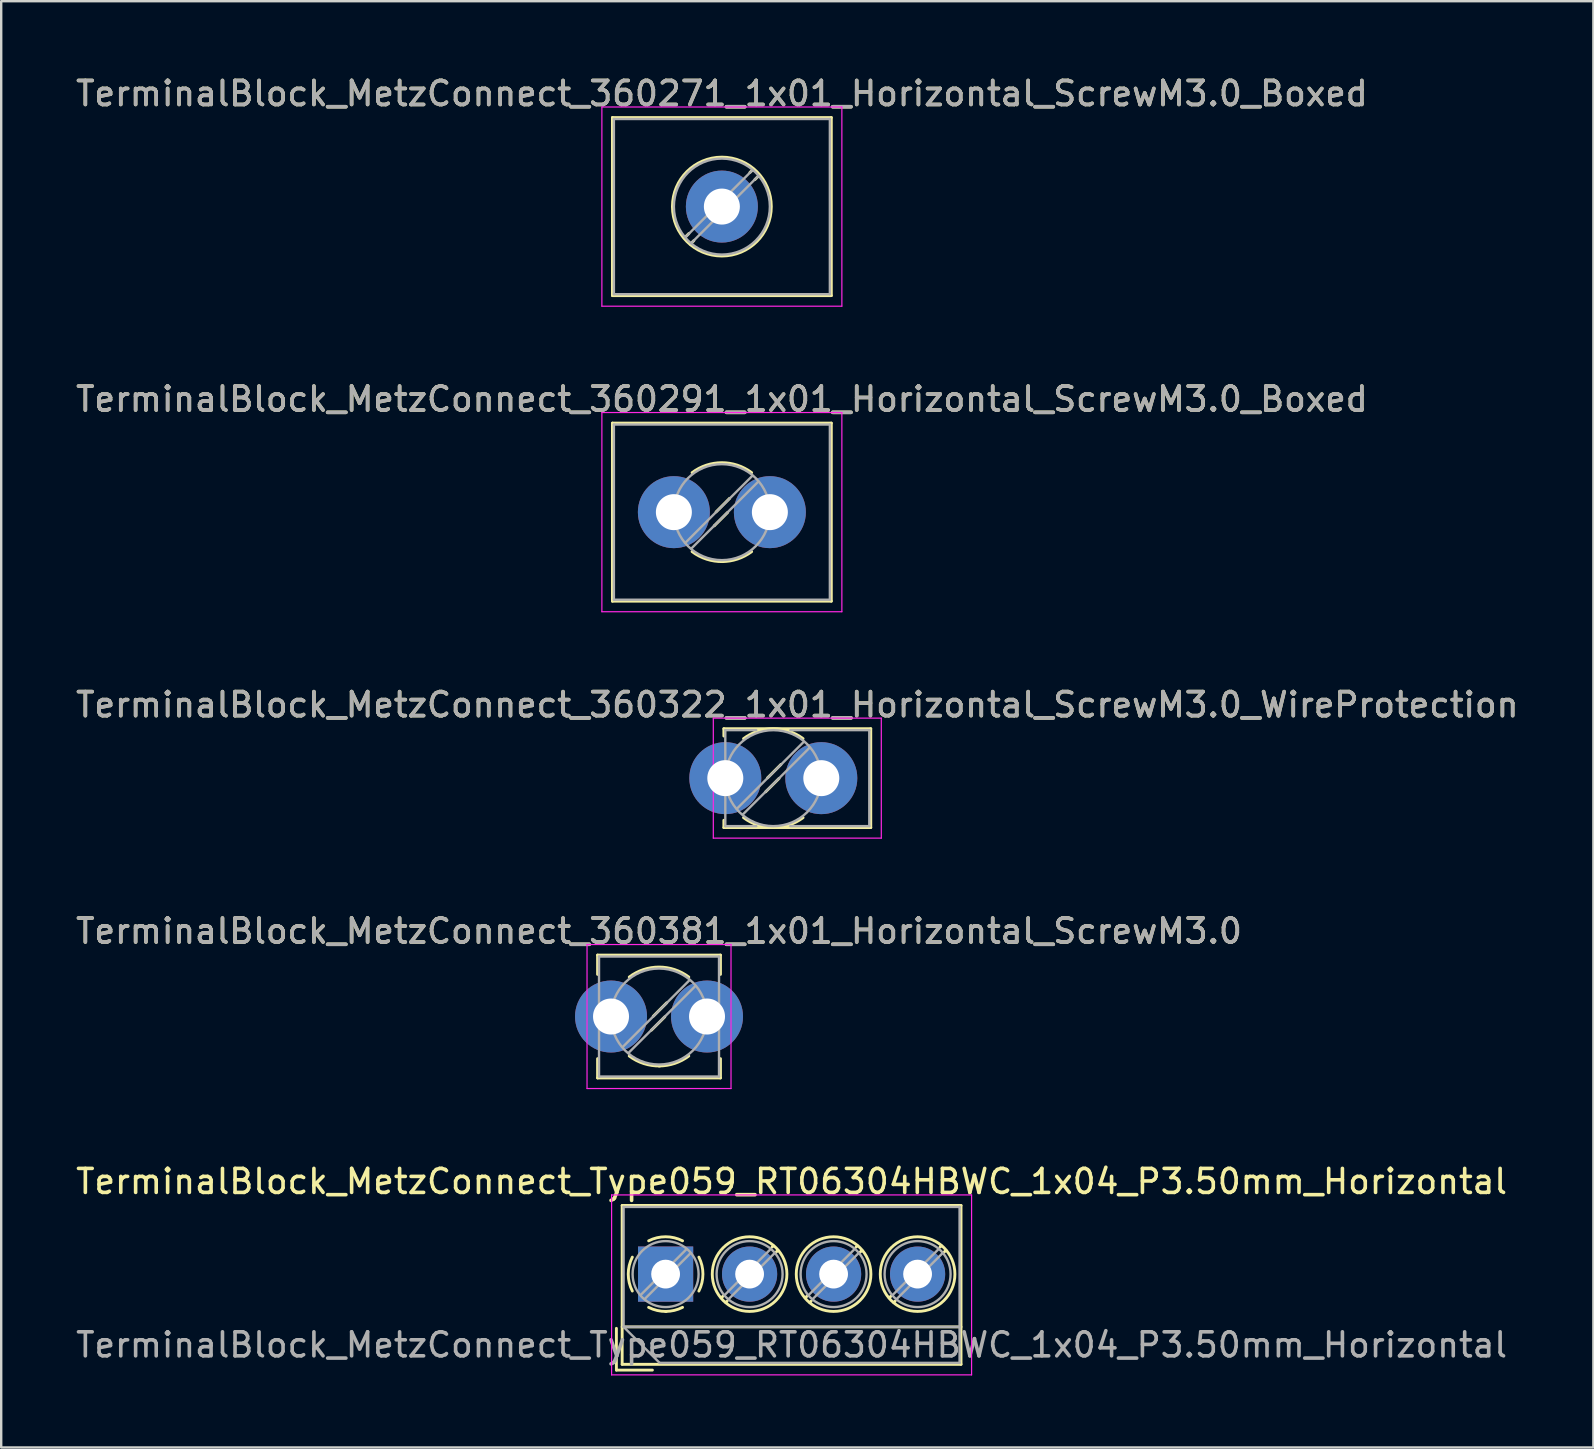
<source format=kicad_pcb>
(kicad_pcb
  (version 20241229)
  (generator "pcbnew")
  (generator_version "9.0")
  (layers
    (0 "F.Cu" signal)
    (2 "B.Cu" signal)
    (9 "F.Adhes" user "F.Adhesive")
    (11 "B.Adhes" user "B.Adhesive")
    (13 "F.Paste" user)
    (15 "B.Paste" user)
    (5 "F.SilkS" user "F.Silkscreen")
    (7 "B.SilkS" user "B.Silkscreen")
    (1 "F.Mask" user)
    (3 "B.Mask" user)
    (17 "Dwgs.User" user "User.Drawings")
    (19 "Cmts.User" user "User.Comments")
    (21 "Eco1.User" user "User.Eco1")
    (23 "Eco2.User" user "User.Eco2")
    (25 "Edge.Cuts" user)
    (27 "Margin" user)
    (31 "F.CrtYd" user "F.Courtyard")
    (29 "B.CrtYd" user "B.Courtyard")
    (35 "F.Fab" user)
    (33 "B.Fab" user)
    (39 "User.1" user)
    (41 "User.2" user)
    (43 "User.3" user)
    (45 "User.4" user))
  (footprint "TerminalBlock_MetzConnect_360291_1x01_Horizontal_ScrewM3.0_Boxed"
    (layer "F.Cu")
    (at 25.03 18.291)
    (property "Reference" "TerminalBlock_MetzConnect_360291_1x01_Horizontal_ScrewM3.0_Boxed" (at 2 -4.71 0) (layer "F.SilkS") (effects (font (size 1 1) (thickness 0.15))))
    (attr through_hole)
    (fp_line (start -2.56 -3.71) (end -2.56 3.71) (stroke (width 0.12) (type solid)) (layer "F.SilkS"))
    (fp_line (start -2.56 -3.71) (end 6.56 -3.71) (stroke (width 0.12) (type solid)) (layer "F.SilkS"))
    (fp_line (start -2.56 3.71) (end 6.56 3.71) (stroke (width 0.12) (type solid)) (layer "F.SilkS"))
    (fp_line (start 1.68 0.571) (end 1.68 0.571) (stroke (width 0.12) (type solid)) (layer "F.SilkS"))
    (fp_line (start 2.241 0.011) (end 1.708 0.543) (stroke (width 0.12) (type solid)) (layer "F.SilkS"))
    (fp_line (start 2.291 -0.543) (end 1.759 -0.011) (stroke (width 0.12) (type solid)) (layer "F.SilkS"))
    (fp_line (start 2.32 -0.572) (end 2.32 -0.572) (stroke (width 0.12) (type solid)) (layer "F.SilkS"))
    (fp_line (start 6.56 -3.71) (end 6.56 3.71) (stroke (width 0.12) (type solid)) (layer "F.SilkS"))
    (fp_arc (start 0.759554 -1.645664) (mid 1.999721 -2.060805) (end 3.24 -1.646) (stroke (width 0.12) (type solid)) (layer "F.SilkS"))
    (fp_arc (start 2.034842 2.060314) (mid 1.362171 1.959409) (end 0.759 1.645) (stroke (width 0.12) (type solid)) (layer "F.SilkS"))
    (fp_arc (start 3.239739 1.645189) (mid 2.653648 1.953547) (end 2 2.06) (stroke (width 0.12) (type solid)) (layer "F.SilkS"))
    (fp_line (start -3 -4.15) (end -3 4.15) (stroke (width 0.05) (type solid)) (layer "F.CrtYd"))
    (fp_line (start -3 4.15) (end 7 4.15) (stroke (width 0.05) (type solid)) (layer "F.CrtYd"))
    (fp_line (start 7 -4.15) (end -3 -4.15) (stroke (width 0.05) (type solid)) (layer "F.CrtYd"))
    (fp_line (start 7 4.15) (end 7 -4.15) (stroke (width 0.05) (type solid)) (layer "F.CrtYd"))
    (fp_line (start -2.5 -3.65) (end -2.5 3.65) (stroke (width 0.1) (type solid)) (layer "F.Fab"))
    (fp_line (start -2.5 -3.65) (end 6.5 -3.65) (stroke (width 0.1) (type solid)) (layer "F.Fab"))
    (fp_line (start -2.5 3.65) (end 6.5 3.65) (stroke (width 0.1) (type solid)) (layer "F.Fab"))
    (fp_line (start 3.273 -1.517) (end 0.483 1.273) (stroke (width 0.1) (type solid)) (layer "F.Fab"))
    (fp_line (start 3.517 -1.273) (end 0.727 1.517) (stroke (width 0.1) (type solid)) (layer "F.Fab"))
    (fp_line (start 6.5 -3.65) (end 6.5 3.65) (stroke (width 0.1) (type solid)) (layer "F.Fab"))
    (fp_circle (center 2 0) (end 4 0) (stroke (width 0.1) (type solid)) (fill no) (layer "F.Fab"))
    (fp_text user "${REFERENCE}" (at 2 -4.71 0) (layer "F.Fab") (effects (font (size 1 1) (thickness 0.15))))
    (pad "1" thru_hole circle (at 0 0) (size 3 3) (drill 1.5) (layers "*.Cu" "*.Mask"))
    (pad "1" thru_hole circle (at 4 0) (size 3 3) (drill 1.5) (layers "*.Cu" "*.Mask")))
  (footprint "TerminalBlock_MetzConnect_360381_1x01_Horizontal_ScrewM3.0"
    (layer "F.Cu")
    (at 22.411 39.308)
    (property "Reference" "TerminalBlock_MetzConnect_360381_1x01_Horizontal_ScrewM3.0" (at 2 -3.56 0) (layer "F.SilkS") (effects (font (size 1 1) (thickness 0.15))))
    (attr through_hole)
    (fp_line (start -0.56 -2.56) (end -0.56 -1.755) (stroke (width 0.12) (type solid)) (layer "F.SilkS"))
    (fp_line (start -0.56 -2.56) (end 4.56 -2.56) (stroke (width 0.12) (type solid)) (layer "F.SilkS"))
    (fp_line (start -0.56 1.755) (end -0.56 2.56) (stroke (width 0.12) (type solid)) (layer "F.SilkS"))
    (fp_line (start -0.56 2.56) (end 4.56 2.56) (stroke (width 0.12) (type solid)) (layer "F.SilkS"))
    (fp_line (start 1.68 0.571) (end 1.68 0.571) (stroke (width 0.12) (type solid)) (layer "F.SilkS"))
    (fp_line (start 2.241 0.011) (end 1.708 0.543) (stroke (width 0.12) (type solid)) (layer "F.SilkS"))
    (fp_line (start 2.291 -0.543) (end 1.759 -0.011) (stroke (width 0.12) (type solid)) (layer "F.SilkS"))
    (fp_line (start 2.32 -0.572) (end 2.32 -0.572) (stroke (width 0.12) (type solid)) (layer "F.SilkS"))
    (fp_line (start 4.56 -2.56) (end 4.56 -1.755) (stroke (width 0.12) (type solid)) (layer "F.SilkS"))
    (fp_line (start 4.56 1.755) (end 4.56 2.56) (stroke (width 0.12) (type solid)) (layer "F.SilkS"))
    (fp_arc (start 0.759554 -1.645664) (mid 1.999721 -2.060805) (end 3.24 -1.646) (stroke (width 0.12) (type solid)) (layer "F.SilkS"))
    (fp_arc (start 2.034842 2.060314) (mid 1.362171 1.959409) (end 0.759 1.645) (stroke (width 0.12) (type solid)) (layer "F.SilkS"))
    (fp_arc (start 3.239739 1.645189) (mid 2.653648 1.953547) (end 2 2.06) (stroke (width 0.12) (type solid)) (layer "F.SilkS"))
    (fp_line (start -1 -3) (end -1 3) (stroke (width 0.05) (type solid)) (layer "F.CrtYd"))
    (fp_line (start -1 3) (end 5 3) (stroke (width 0.05) (type solid)) (layer "F.CrtYd"))
    (fp_line (start 5 -3) (end -1 -3) (stroke (width 0.05) (type solid)) (layer "F.CrtYd"))
    (fp_line (start 5 3) (end 5 -3) (stroke (width 0.05) (type solid)) (layer "F.CrtYd"))
    (fp_line (start -0.5 -2.5) (end -0.5 2.5) (stroke (width 0.1) (type solid)) (layer "F.Fab"))
    (fp_line (start -0.5 -2.5) (end 4.5 -2.5) (stroke (width 0.1) (type solid)) (layer "F.Fab"))
    (fp_line (start -0.5 2.5) (end 4.5 2.5) (stroke (width 0.1) (type solid)) (layer "F.Fab"))
    (fp_line (start 3.273 -1.517) (end 0.483 1.273) (stroke (width 0.1) (type solid)) (layer "F.Fab"))
    (fp_line (start 3.517 -1.273) (end 0.727 1.517) (stroke (width 0.1) (type solid)) (layer "F.Fab"))
    (fp_line (start 4.5 -2.5) (end 4.5 2.5) (stroke (width 0.1) (type solid)) (layer "F.Fab"))
    (fp_circle (center 2 0) (end 4 0) (stroke (width 0.1) (type solid)) (fill no) (layer "F.Fab"))
    (fp_text user "${REFERENCE}" (at 2 -3.56 0) (layer "F.Fab") (effects (font (size 1 1) (thickness 0.15))))
    (pad "1" thru_hole circle (at 0 0) (size 3 3) (drill 1.5) (layers "*.Cu" "*.Mask"))
    (pad "1" thru_hole circle (at 4 0) (size 3 3) (drill 1.5) (layers "*.Cu" "*.Mask")))
  (footprint "TerminalBlock_MetzConnect_360271_1x01_Horizontal_ScrewM3.0_Boxed"
    (layer "F.Cu")
    (at 27.03 5.558)
    (property "Reference" "TerminalBlock_MetzConnect_360271_1x01_Horizontal_ScrewM3.0_Boxed" (at 0 -4.71 0) (layer "F.SilkS") (effects (font (size 1 1) (thickness 0.15))))
    (attr through_hole)
    (fp_line (start -4.56 -3.71) (end -4.56 3.71) (stroke (width 0.12) (type solid)) (layer "F.SilkS"))
    (fp_line (start -4.56 -3.71) (end 4.56 -3.71) (stroke (width 0.12) (type solid)) (layer "F.SilkS"))
    (fp_line (start -4.56 3.71) (end 4.56 3.71) (stroke (width 0.12) (type solid)) (layer "F.SilkS"))
    (fp_line (start -1.376 1.124) (end -1.563 1.311) (stroke (width 0.12) (type solid)) (layer "F.SilkS"))
    (fp_line (start -1.168 1.419) (end -1.312 1.563) (stroke (width 0.12) (type solid)) (layer "F.SilkS"))
    (fp_line (start 1.312 -1.563) (end 1.168 -1.419) (stroke (width 0.12) (type solid)) (layer "F.SilkS"))
    (fp_line (start 1.563 -1.311) (end 1.376 -1.125) (stroke (width 0.12) (type solid)) (layer "F.SilkS"))
    (fp_line (start 4.56 -3.71) (end 4.56 3.71) (stroke (width 0.12) (type solid)) (layer "F.SilkS"))
    (fp_circle (center 0 0) (end 2.06 0) (stroke (width 0.12) (type solid)) (fill no) (layer "F.SilkS"))
    (fp_line (start -5 -4.15) (end -5 4.15) (stroke (width 0.05) (type solid)) (layer "F.CrtYd"))
    (fp_line (start -5 4.15) (end 5 4.15) (stroke (width 0.05) (type solid)) (layer "F.CrtYd"))
    (fp_line (start 5 -4.15) (end -5 -4.15) (stroke (width 0.05) (type solid)) (layer "F.CrtYd"))
    (fp_line (start 5 4.15) (end 5 -4.15) (stroke (width 0.05) (type solid)) (layer "F.CrtYd"))
    (fp_line (start -4.5 -3.65) (end -4.5 3.65) (stroke (width 0.1) (type solid)) (layer "F.Fab"))
    (fp_line (start -4.5 -3.65) (end 4.5 -3.65) (stroke (width 0.1) (type solid)) (layer "F.Fab"))
    (fp_line (start -4.5 3.65) (end 4.5 3.65) (stroke (width 0.1) (type solid)) (layer "F.Fab"))
    (fp_line (start 1.273 -1.517) (end -1.517 1.273) (stroke (width 0.1) (type solid)) (layer "F.Fab"))
    (fp_line (start 1.517 -1.273) (end -1.273 1.517) (stroke (width 0.1) (type solid)) (layer "F.Fab"))
    (fp_line (start 4.5 -3.65) (end 4.5 3.65) (stroke (width 0.1) (type solid)) (layer "F.Fab"))
    (fp_circle (center 0 0) (end 2 0) (stroke (width 0.1) (type solid)) (fill no) (layer "F.Fab"))
    (fp_text user "${REFERENCE}" (at 0 -4.71 0) (layer "F.Fab") (effects (font (size 1 1) (thickness 0.15))))
    (pad "1" thru_hole circle (at 0 0) (size 3 3) (drill 1.5) (layers "*.Cu" "*.Mask")))
  (footprint "TerminalBlock_MetzConnect_360322_1x01_Horizontal_ScrewM3.0_WireProtection"
    (layer "F.Cu")
    (at 27.173 29.375)
    (property "Reference" "TerminalBlock_MetzConnect_360322_1x01_Horizontal_ScrewM3.0_WireProtection" (at 3 -3.06 0) (layer "F.SilkS") (effects (font (size 1 1) (thickness 0.15))))
    (attr through_hole)
    (fp_line (start -0.06 -2.06) (end -0.06 -1.755) (stroke (width 0.12) (type solid)) (layer "F.SilkS"))
    (fp_line (start -0.06 -2.06) (end 6.061 -2.06) (stroke (width 0.12) (type solid)) (layer "F.SilkS"))
    (fp_line (start -0.06 1.755) (end -0.06 2.06) (stroke (width 0.12) (type solid)) (layer "F.SilkS"))
    (fp_line (start -0.06 2.06) (end 6.061 2.06) (stroke (width 0.12) (type solid)) (layer "F.SilkS"))
    (fp_line (start 1.68 0.571) (end 1.68 0.571) (stroke (width 0.12) (type solid)) (layer "F.SilkS"))
    (fp_line (start 2.241 0.011) (end 1.708 0.543) (stroke (width 0.12) (type solid)) (layer "F.SilkS"))
    (fp_line (start 2.291 -0.543) (end 1.759 -0.011) (stroke (width 0.12) (type solid)) (layer "F.SilkS"))
    (fp_line (start 2.32 -0.572) (end 2.32 -0.572) (stroke (width 0.12) (type solid)) (layer "F.SilkS"))
    (fp_line (start 6.061 -2.06) (end 6.061 2.06) (stroke (width 0.12) (type solid)) (layer "F.SilkS"))
    (fp_arc (start 0.759554 -1.645664) (mid 1.999721 -2.060805) (end 3.24 -1.646) (stroke (width 0.12) (type solid)) (layer "F.SilkS"))
    (fp_arc (start 2.034842 2.060314) (mid 1.362171 1.959409) (end 0.759 1.645) (stroke (width 0.12) (type solid)) (layer "F.SilkS"))
    (fp_arc (start 3.239739 1.645189) (mid 2.653648 1.953547) (end 2 2.06) (stroke (width 0.12) (type solid)) (layer "F.SilkS"))
    (fp_line (start -0.5 -2.5) (end -0.5 2.5) (stroke (width 0.05) (type solid)) (layer "F.CrtYd"))
    (fp_line (start -0.5 2.5) (end 6.5 2.5) (stroke (width 0.05) (type solid)) (layer "F.CrtYd"))
    (fp_line (start 6.5 -2.5) (end -0.5 -2.5) (stroke (width 0.05) (type solid)) (layer "F.CrtYd"))
    (fp_line (start 6.5 2.5) (end 6.5 -2.5) (stroke (width 0.05) (type solid)) (layer "F.CrtYd"))
    (fp_line (start 0 -2) (end 0 -0.265) (stroke (width 0.1) (type solid)) (layer "F.Fab"))
    (fp_line (start 0 -2) (end 1.289 -2) (stroke (width 0.1) (type solid)) (layer "F.Fab"))
    (fp_line (start 0 0.265) (end 0 2) (stroke (width 0.1) (type solid)) (layer "F.Fab"))
    (fp_line (start 0 2) (end 1.289 2) (stroke (width 0.1) (type solid)) (layer "F.Fab"))
    (fp_line (start 2.711 -2) (end 6 -2) (stroke (width 0.1) (type solid)) (layer "F.Fab"))
    (fp_line (start 2.711 2) (end 6 2) (stroke (width 0.1) (type solid)) (layer "F.Fab"))
    (fp_line (start 3.273 -1.517) (end 0.483 1.273) (stroke (width 0.1) (type solid)) (layer "F.Fab"))
    (fp_line (start 3.517 -1.273) (end 0.727 1.517) (stroke (width 0.1) (type solid)) (layer "F.Fab"))
    (fp_line (start 6 -2) (end 6 2) (stroke (width 0.1) (type solid)) (layer "F.Fab"))
    (fp_circle (center 2 0) (end 4 0) (stroke (width 0.1) (type solid)) (fill no) (layer "F.Fab"))
    (fp_text user "${REFERENCE}" (at 3 -3.06 0) (layer "F.Fab") (effects (font (size 1 1) (thickness 0.15))))
    (pad "1" thru_hole circle (at 0 0) (size 3 3) (drill 1.5) (layers "*.Cu" "*.Mask"))
    (pad "1" thru_hole circle (at 4 0) (size 3 3) (drill 1.5) (layers "*.Cu" "*.Mask")))
  (footprint "TerminalBlock_MetzConnect_Type059_RT06304HBWC_1x04_P3.50mm_Horizontal"
    (layer "F.Cu")
    (at 24.685 50.041)
    (property "Reference" "TerminalBlock_MetzConnect_Type059_RT06304HBWC_1x04_P3.50mm_Horizontal" (at 5.25 -3.86 0) (layer "F.SilkS") (effects (font (size 1 1) (thickness 0.15))))
    (attr through_hole)
    (fp_line (start -2.05 2.26) (end -2.05 4) (stroke (width 0.12) (type solid)) (layer "F.SilkS"))
    (fp_line (start -2.05 4) (end -0.55 4) (stroke (width 0.12) (type solid)) (layer "F.SilkS"))
    (fp_line (start -1.81 -2.86) (end -1.81 3.76) (stroke (width 0.12) (type solid)) (layer "F.SilkS"))
    (fp_line (start -1.81 -2.86) (end 12.31 -2.86) (stroke (width 0.12) (type solid)) (layer "F.SilkS"))
    (fp_line (start -1.81 2.2) (end 12.31 2.2) (stroke (width 0.12) (type solid)) (layer "F.SilkS"))
    (fp_line (start -1.81 3.76) (end 12.31 3.76) (stroke (width 0.12) (type solid)) (layer "F.SilkS"))
    (fp_line (start 2.397 0.914) (end 2.321 0.99) (stroke (width 0.12) (type solid)) (layer "F.SilkS"))
    (fp_line (start 2.565 1.125) (end 2.511 1.18) (stroke (width 0.12) (type solid)) (layer "F.SilkS"))
    (fp_line (start 4.49 -1.18) (end 4.436 -1.126) (stroke (width 0.12) (type solid)) (layer "F.SilkS"))
    (fp_line (start 4.68 -0.99) (end 4.604 -0.914) (stroke (width 0.12) (type solid)) (layer "F.SilkS"))
    (fp_line (start 5.897 0.914) (end 5.821 0.99) (stroke (width 0.12) (type solid)) (layer "F.SilkS"))
    (fp_line (start 6.065 1.125) (end 6.011 1.18) (stroke (width 0.12) (type solid)) (layer "F.SilkS"))
    (fp_line (start 7.99 -1.18) (end 7.936 -1.126) (stroke (width 0.12) (type solid)) (layer "F.SilkS"))
    (fp_line (start 8.18 -0.99) (end 8.104 -0.914) (stroke (width 0.12) (type solid)) (layer "F.SilkS"))
    (fp_line (start 9.397 0.914) (end 9.321 0.99) (stroke (width 0.12) (type solid)) (layer "F.SilkS"))
    (fp_line (start 9.565 1.125) (end 9.511 1.18) (stroke (width 0.12) (type solid)) (layer "F.SilkS"))
    (fp_line (start 11.49 -1.18) (end 11.436 -1.126) (stroke (width 0.12) (type solid)) (layer "F.SilkS"))
    (fp_line (start 11.68 -0.99) (end 11.604 -0.914) (stroke (width 0.12) (type solid)) (layer "F.SilkS"))
    (fp_line (start 12.31 -2.86) (end 12.31 3.76) (stroke (width 0.12) (type solid)) (layer "F.SilkS"))
    (fp_arc (start -1.386645 0.705733) (mid -1.555906 -0.000711) (end -1.386 -0.707) (stroke (width 0.12) (type solid)) (layer "F.SilkS"))
    (fp_arc (start -0.705733 -1.386645) (mid 0.000711 -1.555906) (end 0.707 -1.386) (stroke (width 0.12) (type solid)) (layer "F.SilkS"))
    (fp_arc (start 0.026444 1.555682) (mid -0.350695 1.515869) (end -0.707 1.386) (stroke (width 0.12) (type solid)) (layer "F.SilkS"))
    (fp_arc (start 0.705955 1.385515) (mid 0.363007 1.512035) (end 0 1.555) (stroke (width 0.12) (type solid)) (layer "F.SilkS"))
    (fp_arc (start 1.386645 -0.705733) (mid 1.555906 0.000711) (end 1.386 0.707) (stroke (width 0.12) (type solid)) (layer "F.SilkS"))
    (fp_circle (center 3.5 0) (end 5.055 0) (stroke (width 0.12) (type solid)) (fill no) (layer "F.SilkS"))
    (fp_circle (center 7 0) (end 8.555 0) (stroke (width 0.12) (type solid)) (fill no) (layer "F.SilkS"))
    (fp_circle (center 10.5 0) (end 12.055 0) (stroke (width 0.12) (type solid)) (fill no) (layer "F.SilkS"))
    (fp_line (start -2.25 -3.3) (end -2.25 4.2) (stroke (width 0.05) (type solid)) (layer "F.CrtYd"))
    (fp_line (start -2.25 4.2) (end 12.75 4.2) (stroke (width 0.05) (type solid)) (layer "F.CrtYd"))
    (fp_line (start 12.75 -3.3) (end -2.25 -3.3) (stroke (width 0.05) (type solid)) (layer "F.CrtYd"))
    (fp_line (start 12.75 4.2) (end 12.75 -3.3) (stroke (width 0.05) (type solid)) (layer "F.CrtYd"))
    (fp_line (start -1.75 -2.8) (end 12.25 -2.8) (stroke (width 0.1) (type solid)) (layer "F.Fab"))
    (fp_line (start -1.75 2.2) (end -1.75 -2.8) (stroke (width 0.1) (type solid)) (layer "F.Fab"))
    (fp_line (start -1.75 2.2) (end 12.25 2.2) (stroke (width 0.1) (type solid)) (layer "F.Fab"))
    (fp_line (start -0.25 3.7) (end -1.75 2.2) (stroke (width 0.1) (type solid)) (layer "F.Fab"))
    (fp_line (start 0.876 -1.043) (end -1.043 0.875) (stroke (width 0.1) (type solid)) (layer "F.Fab"))
    (fp_line (start 1.043 -0.875) (end -0.876 1.043) (stroke (width 0.1) (type solid)) (layer "F.Fab"))
    (fp_line (start 4.376 -1.043) (end 2.458 0.875) (stroke (width 0.1) (type solid)) (layer "F.Fab"))
    (fp_line (start 4.543 -0.875) (end 2.625 1.043) (stroke (width 0.1) (type solid)) (layer "F.Fab"))
    (fp_line (start 7.876 -1.043) (end 5.958 0.875) (stroke (width 0.1) (type solid)) (layer "F.Fab"))
    (fp_line (start 8.043 -0.875) (end 6.125 1.043) (stroke (width 0.1) (type solid)) (layer "F.Fab"))
    (fp_line (start 11.376 -1.043) (end 9.458 0.875) (stroke (width 0.1) (type solid)) (layer "F.Fab"))
    (fp_line (start 11.543 -0.875) (end 9.625 1.043) (stroke (width 0.1) (type solid)) (layer "F.Fab"))
    (fp_line (start 12.25 -2.8) (end 12.25 3.7) (stroke (width 0.1) (type solid)) (layer "F.Fab"))
    (fp_line (start 12.25 3.7) (end -0.25 3.7) (stroke (width 0.1) (type solid)) (layer "F.Fab"))
    (fp_circle (center 0 0) (end 1.375 0) (stroke (width 0.1) (type solid)) (fill no) (layer "F.Fab"))
    (fp_circle (center 3.5 0) (end 4.875 0) (stroke (width 0.1) (type solid)) (fill no) (layer "F.Fab"))
    (fp_circle (center 7 0) (end 8.375 0) (stroke (width 0.1) (type solid)) (fill no) (layer "F.Fab"))
    (fp_circle (center 10.5 0) (end 11.875 0) (stroke (width 0.1) (type solid)) (fill no) (layer "F.Fab"))
    (fp_text user "${REFERENCE}" (at 5.25 2.95 0) (layer "F.Fab") (effects (font (size 1 1) (thickness 0.15))))
    (pad "1" thru_hole rect (at 0 0) (size 2.3 2.3) (drill 1.2) (layers "*.Cu" "*.Mask"))
    (pad "2" thru_hole circle (at 3.5 0) (size 2.3 2.3) (drill 1.2) (layers "*.Cu" "*.Mask"))
    (pad "3" thru_hole circle (at 7 0) (size 2.3 2.3) (drill 1.2) (layers "*.Cu" "*.Mask"))
    (pad "4" thru_hole circle (at 10.5 0) (size 2.3 2.3) (drill 1.2) (layers "*.Cu" "*.Mask")))
  (gr_rect
    (start -3 -3)
    (end 63.345 57.266)
    (stroke (width 0.1) (type default))
    (fill no)
    (layer "Edge.Cuts")))
</source>
